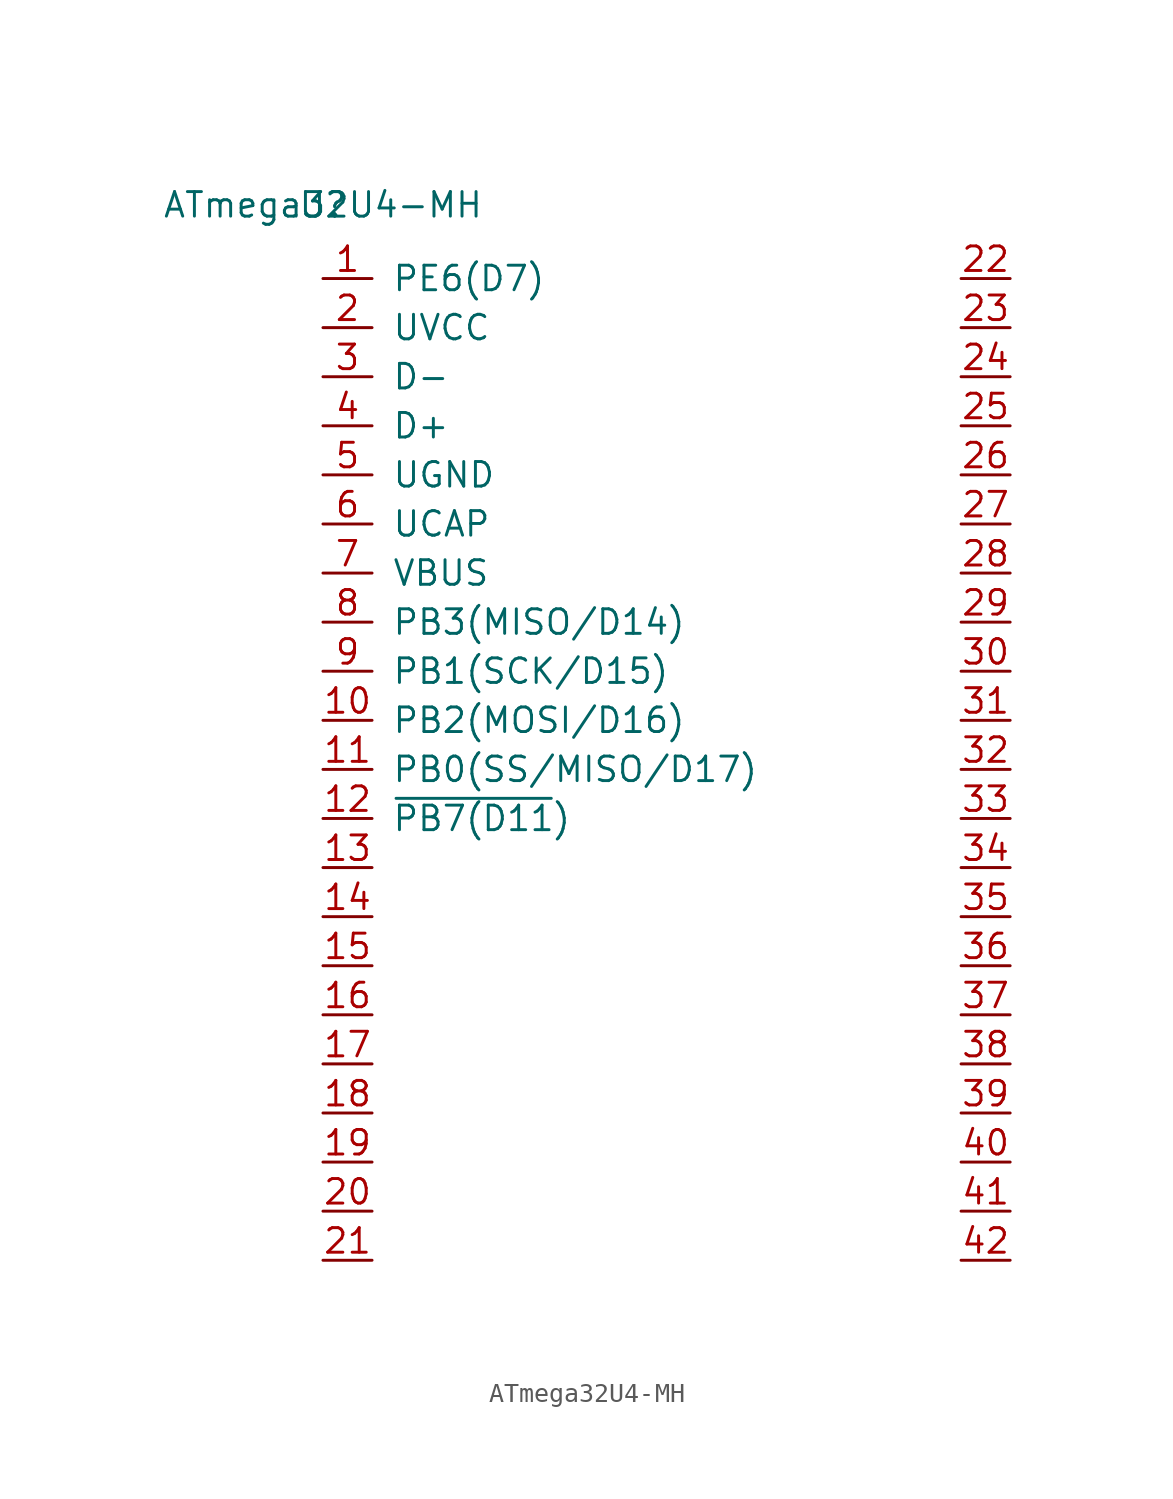
<source format=kicad_sym>
(kicad_symbol_lib
  (version 20220914)
  (generator kicad_symbol_editor)
  (symbol "ATmega32U4-MH"
    (pin_names
      (offset 1.016))
    (property "Reference" "U"
      (at 0 0 0)
      (effects (font (size 1.27 1.27))))
    (property "Value" "ATmega32U4-MH"
      (at 0 0 0)
      (effects (font (size 1.27 1.27))))
    (symbol "ATmega32U4-MH_0_0"
      (pin unspecified line (at 0 -3.81 0) (length 2.54) (name "PE6(D7)" (effects (font (size 1.27 1.27)))) (number "1" (effects (font (size 1.27 1.27)))))
      (pin unspecified line (at 0 -26.67 0) (length 2.54) (name "PB2(MOSI/D16)" (effects (font (size 1.27 1.27)))) (number "10" (effects (font (size 1.27 1.27)))))
      (pin unspecified line (at 0 -29.21 0) (length 2.54) (name "PB0(SS/MISO/D17)" (effects (font (size 1.27 1.27)))) (number "11" (effects (font (size 1.27 1.27)))))
      (pin unspecified line (at 0 -31.75 0) (length 2.54) (name "~{PB7(D11})" (effects (font (size 1.27 1.27)))) (number "12" (effects (font (size 1.27 1.27)))))
      (pin unspecified line (at 0 -34.29 0) (length 2.54) (name "~" (effects (font (size 1.27 1.27)))) (number "13" (effects (font (size 1.27 1.27)))))
      (pin unspecified line (at 0 -36.83 0) (length 2.54) (name "~" (effects (font (size 1.27 1.27)))) (number "14" (effects (font (size 1.27 1.27)))))
      (pin unspecified line (at 0 -39.37 0) (length 2.54) (name "~" (effects (font (size 1.27 1.27)))) (number "15" (effects (font (size 1.27 1.27)))))
      (pin unspecified line (at 0 -41.91 0) (length 2.54) (name "~" (effects (font (size 1.27 1.27)))) (number "16" (effects (font (size 1.27 1.27)))))
      (pin unspecified line (at 0 -44.45 0) (length 2.54) (name "~" (effects (font (size 1.27 1.27)))) (number "17" (effects (font (size 1.27 1.27)))))
      (pin unspecified line (at 0 -46.99 0) (length 2.54) (name "~" (effects (font (size 1.27 1.27)))) (number "18" (effects (font (size 1.27 1.27)))))
      (pin unspecified line (at 0 -49.53 0) (length 2.54) (name "~" (effects (font (size 1.27 1.27)))) (number "19" (effects (font (size 1.27 1.27)))))
      (pin unspecified line (at 0 -6.35 0) (length 2.54) (name "UVCC" (effects (font (size 1.27 1.27)))) (number "2" (effects (font (size 1.27 1.27)))))
      (pin unspecified line (at 0 -52.07 0) (length 2.54) (name "~" (effects (font (size 1.27 1.27)))) (number "20" (effects (font (size 1.27 1.27)))))
      (pin unspecified line (at 0 -54.61 0) (length 2.54) (name "~" (effects (font (size 1.27 1.27)))) (number "21" (effects (font (size 1.27 1.27)))))
      (pin unspecified line (at 33.02 -3.81 0) (length 2.54) (name "~" (effects (font (size 1.27 1.27)))) (number "22" (effects (font (size 1.27 1.27)))))
      (pin unspecified line (at 33.02 -6.35 0) (length 2.54) (name "~" (effects (font (size 1.27 1.27)))) (number "23" (effects (font (size 1.27 1.27)))))
      (pin unspecified line (at 33.02 -8.89 0) (length 2.54) (name "~" (effects (font (size 1.27 1.27)))) (number "24" (effects (font (size 1.27 1.27)))))
      (pin unspecified line (at 33.02 -11.43 0) (length 2.54) (name "~" (effects (font (size 1.27 1.27)))) (number "25" (effects (font (size 1.27 1.27)))))
      (pin unspecified line (at 33.02 -13.97 0) (length 2.54) (name "~" (effects (font (size 1.27 1.27)))) (number "26" (effects (font (size 1.27 1.27)))))
      (pin unspecified line (at 33.02 -16.51 0) (length 2.54) (name "~" (effects (font (size 1.27 1.27)))) (number "27" (effects (font (size 1.27 1.27)))))
      (pin unspecified line (at 33.02 -19.05 0) (length 2.54) (name "~" (effects (font (size 1.27 1.27)))) (number "28" (effects (font (size 1.27 1.27)))))
      (pin unspecified line (at 33.02 -21.59 0) (length 2.54) (name "~" (effects (font (size 1.27 1.27)))) (number "29" (effects (font (size 1.27 1.27)))))
      (pin unspecified line (at 0 -8.89 0) (length 2.54) (name "D-" (effects (font (size 1.27 1.27)))) (number "3" (effects (font (size 1.27 1.27)))))
      (pin unspecified line (at 33.02 -24.13 0) (length 2.54) (name "~" (effects (font (size 1.27 1.27)))) (number "30" (effects (font (size 1.27 1.27)))))
      (pin unspecified line (at 33.02 -26.67 0) (length 2.54) (name "~" (effects (font (size 1.27 1.27)))) (number "31" (effects (font (size 1.27 1.27)))))
      (pin unspecified line (at 33.02 -29.21 0) (length 2.54) (name "~" (effects (font (size 1.27 1.27)))) (number "32" (effects (font (size 1.27 1.27)))))
      (pin unspecified line (at 33.02 -31.75 0) (length 2.54) (name "~" (effects (font (size 1.27 1.27)))) (number "33" (effects (font (size 1.27 1.27)))))
      (pin unspecified line (at 33.02 -34.29 0) (length 2.54) (name "~" (effects (font (size 1.27 1.27)))) (number "34" (effects (font (size 1.27 1.27)))))
      (pin unspecified line (at 33.02 -36.83 0) (length 2.54) (name "~" (effects (font (size 1.27 1.27)))) (number "35" (effects (font (size 1.27 1.27)))))
      (pin unspecified line (at 33.02 -39.37 0) (length 2.54) (name "~" (effects (font (size 1.27 1.27)))) (number "36" (effects (font (size 1.27 1.27)))))
      (pin unspecified line (at 33.02 -41.91 0) (length 2.54) (name "~" (effects (font (size 1.27 1.27)))) (number "37" (effects (font (size 1.27 1.27)))))
      (pin unspecified line (at 33.02 -44.45 0) (length 2.54) (name "~" (effects (font (size 1.27 1.27)))) (number "38" (effects (font (size 1.27 1.27)))))
      (pin unspecified line (at 33.02 -46.99 0) (length 2.54) (name "~" (effects (font (size 1.27 1.27)))) (number "39" (effects (font (size 1.27 1.27)))))
      (pin unspecified line (at 0 -11.43 0) (length 2.54) (name "D+" (effects (font (size 1.27 1.27)))) (number "4" (effects (font (size 1.27 1.27)))))
      (pin unspecified line (at 33.02 -49.53 0) (length 2.54) (name "~" (effects (font (size 1.27 1.27)))) (number "40" (effects (font (size 1.27 1.27)))))
      (pin unspecified line (at 33.02 -52.07 0) (length 2.54) (name "~" (effects (font (size 1.27 1.27)))) (number "41" (effects (font (size 1.27 1.27)))))
      (pin unspecified line (at 33.02 -54.61 0) (length 2.54) (name "~" (effects (font (size 1.27 1.27)))) (number "42" (effects (font (size 1.27 1.27)))))
      (pin unspecified line (at 0 -13.97 0) (length 2.54) (name "UGND" (effects (font (size 1.27 1.27)))) (number "5" (effects (font (size 1.27 1.27)))))
      (pin unspecified line (at 0 -16.51 0) (length 2.54) (name "UCAP" (effects (font (size 1.27 1.27)))) (number "6" (effects (font (size 1.27 1.27)))))
      (pin unspecified line (at 0 -19.05 0) (length 2.54) (name "VBUS" (effects (font (size 1.27 1.27)))) (number "7" (effects (font (size 1.27 1.27)))))
      (pin unspecified line (at 0 -21.59 0) (length 2.54) (name "PB3(MISO/D14)" (effects (font (size 1.27 1.27)))) (number "8" (effects (font (size 1.27 1.27)))))
      (pin unspecified line (at 0 -24.13 0) (length 2.54) (name "PB1(SCK/D15)" (effects (font (size 1.27 1.27)))) (number "9" (effects (font (size 1.27 1.27))))))))
</source>
